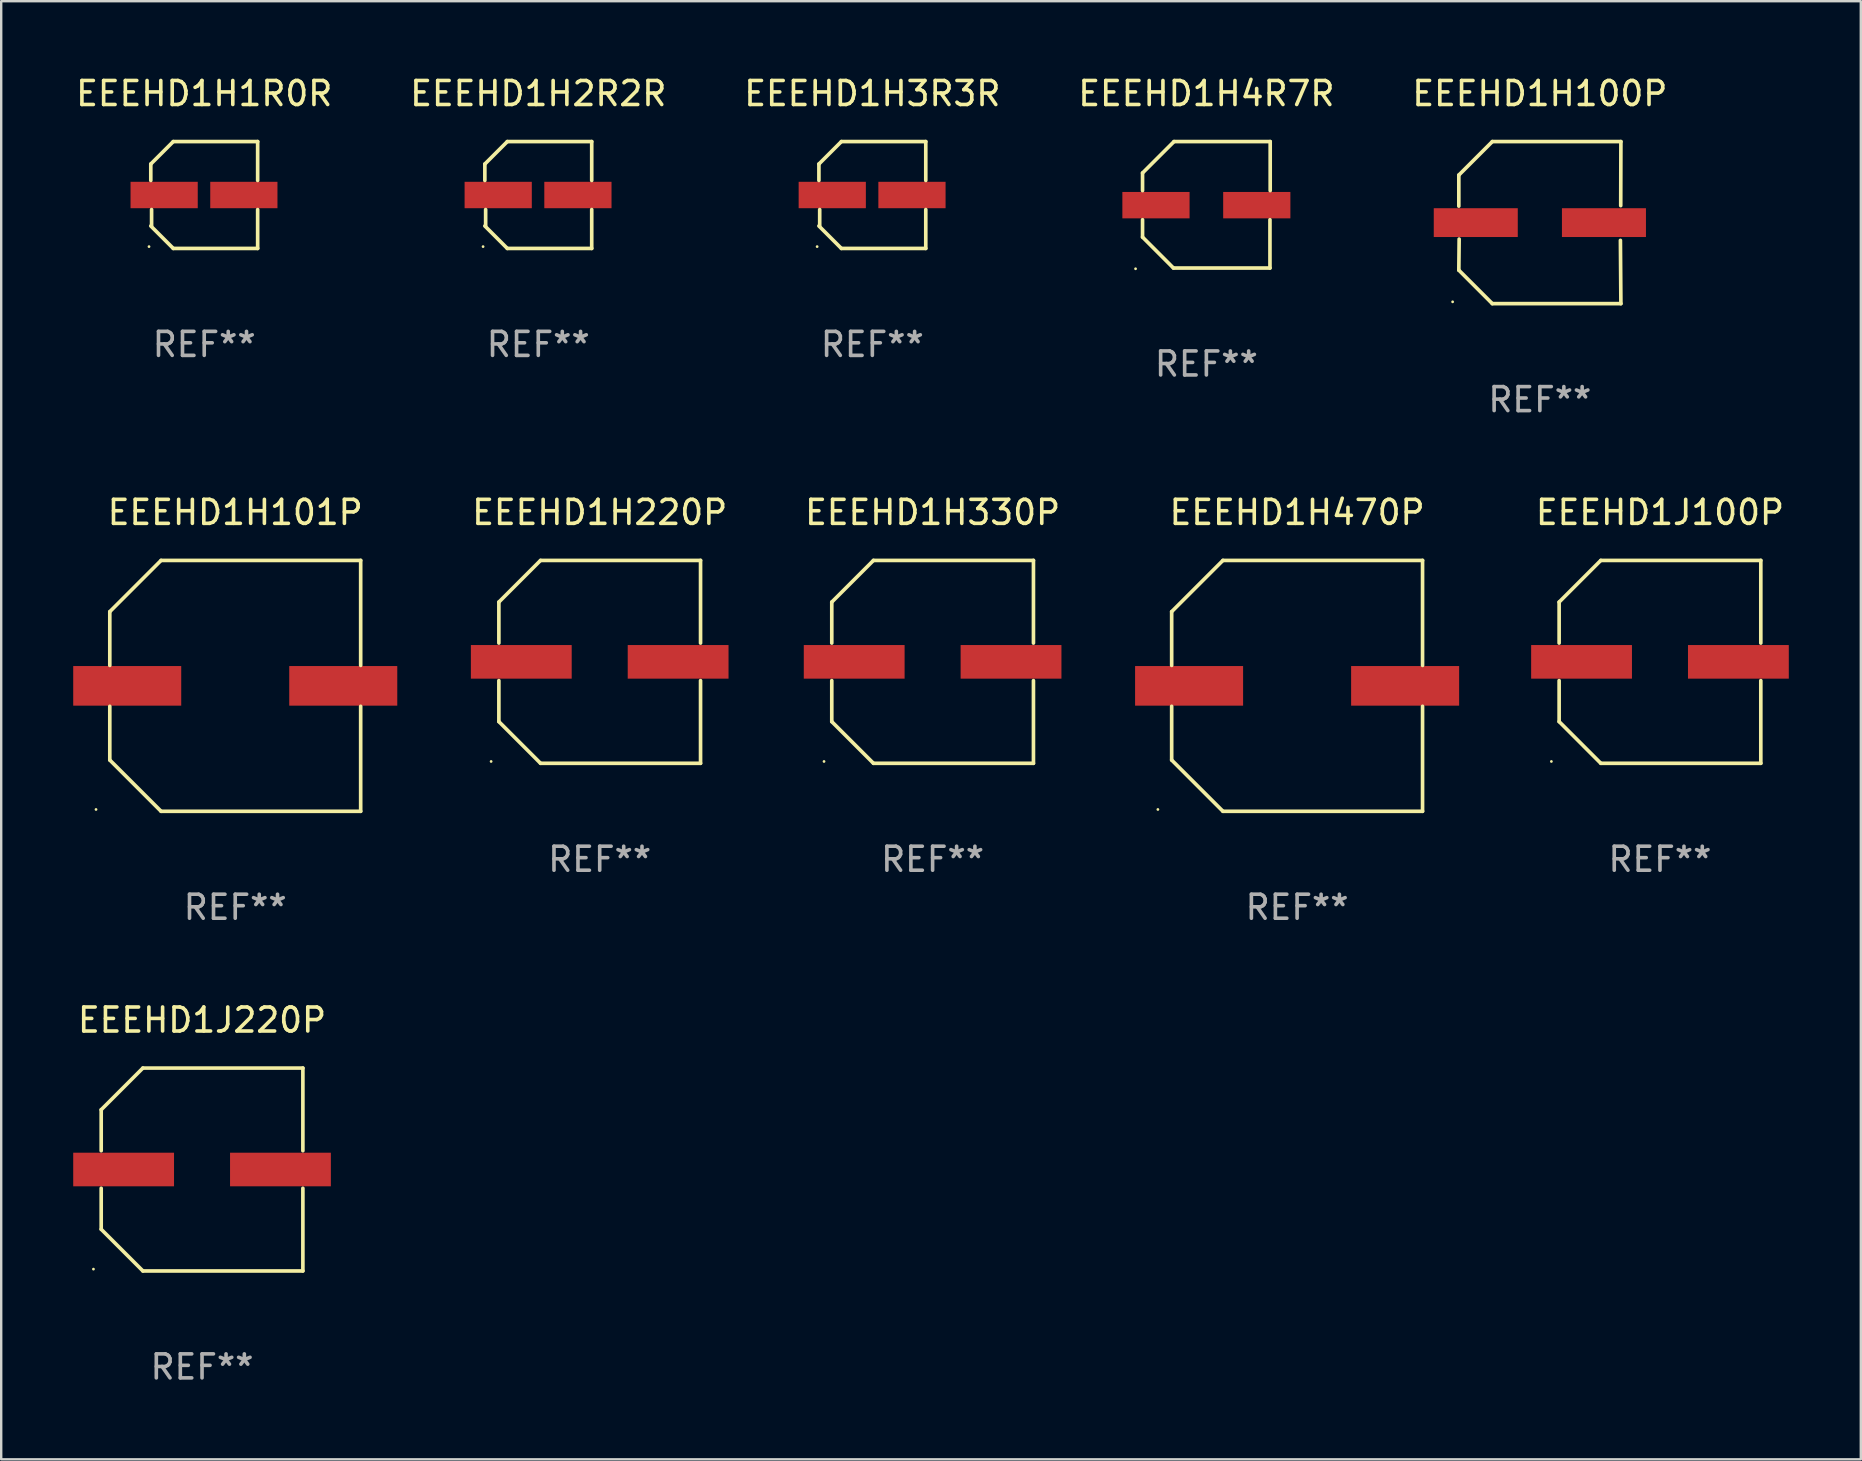
<source format=kicad_pcb>
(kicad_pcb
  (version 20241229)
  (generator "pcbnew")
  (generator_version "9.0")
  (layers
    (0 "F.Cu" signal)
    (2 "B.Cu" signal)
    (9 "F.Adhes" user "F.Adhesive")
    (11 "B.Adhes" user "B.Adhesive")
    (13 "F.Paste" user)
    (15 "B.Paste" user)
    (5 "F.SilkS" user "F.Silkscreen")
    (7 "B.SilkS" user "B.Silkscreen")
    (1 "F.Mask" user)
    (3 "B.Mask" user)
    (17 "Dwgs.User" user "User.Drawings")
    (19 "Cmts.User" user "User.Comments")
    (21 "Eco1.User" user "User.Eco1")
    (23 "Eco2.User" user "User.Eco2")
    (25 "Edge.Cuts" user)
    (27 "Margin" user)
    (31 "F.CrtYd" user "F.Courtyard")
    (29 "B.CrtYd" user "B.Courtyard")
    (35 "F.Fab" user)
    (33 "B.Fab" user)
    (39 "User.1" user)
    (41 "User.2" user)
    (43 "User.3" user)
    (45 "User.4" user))
  (footprint "EEEHD1H220P"
    (layer "F.Cu")
    (at 21.934 24.523)
    (property "Reference" "EEEHD1H220P" (at 0 -6.226 0) (layer "F.SilkS") (effects (font (size 1 1) (thickness 0.15))))
    (attr through_hole)
    (fp_line (start -4.201 -2.49) (end -4.201 -0.782) (stroke (width 0.152) (type solid)) (layer "F.SilkS"))
    (fp_line (start -4.201 2.49) (end -4.201 0.782) (stroke (width 0.152) (type solid)) (layer "F.SilkS"))
    (fp_line (start -2.465 -4.226) (end -4.201 -2.49) (stroke (width 0.152) (type solid)) (layer "F.SilkS"))
    (fp_line (start -2.465 4.226) (end -4.201 2.49) (stroke (width 0.152) (type solid)) (layer "F.SilkS"))
    (fp_line (start 4.201 -4.226) (end -2.465 -4.226) (stroke (width 0.152) (type solid)) (layer "F.SilkS"))
    (fp_line (start 4.201 -0.782) (end 4.201 -4.226) (stroke (width 0.152) (type solid)) (layer "F.SilkS"))
    (fp_line (start 4.201 0.782) (end 4.201 4.226) (stroke (width 0.152) (type solid)) (layer "F.SilkS"))
    (fp_line (start 4.201 4.226) (end -2.465 4.226) (stroke (width 0.152) (type solid)) (layer "F.SilkS"))
    (fp_circle (center -4.524 4.15) (end -4.494 4.15) (stroke (width 0.06) (type solid)) (fill no) (layer "F.SilkS"))
    (fp_text user "REF**" (at 0 8.226 0) (layer "F.Fab") (effects (font (size 1 1) (thickness 0.15))))
    (pad "1" smd rect (at -3.267 0) (size 4.2 1.4) (layers "F.Cu" "F.Mask" "F.Paste"))
    (pad "2" smd rect (at 3.267 0) (size 4.2 1.4) (layers "F.Cu" "F.Mask" "F.Paste")))
  (footprint "EEEHD1H3R3R"
    (layer "F.Cu")
    (at 33.292 5.074)
    (property "Reference" "EEEHD1H3R3R" (at 0 -4.226 0) (layer "F.SilkS") (effects (font (size 1 1) (thickness 0.15))))
    (attr through_hole)
    (fp_line (start -2.226 -1.29) (end -2.226 -0.607) (stroke (width 0.152) (type solid)) (layer "F.SilkS"))
    (fp_line (start -2.193 1.29) (end -2.193 0.607) (stroke (width 0.152) (type solid)) (layer "F.SilkS"))
    (fp_line (start -1.29 2.226) (end -2.226 1.29) (stroke (width 0.152) (type solid)) (layer "F.SilkS"))
    (fp_line (start -1.29 -2.226) (end -2.226 -1.29) (stroke (width 0.152) (type solid)) (layer "F.SilkS"))
    (fp_line (start 2.226 -2.226) (end -1.29 -2.226) (stroke (width 0.152) (type solid)) (layer "F.SilkS"))
    (fp_line (start 2.226 -0.607) (end 2.226 -2.226) (stroke (width 0.152) (type solid)) (layer "F.SilkS"))
    (fp_line (start 2.226 0.607) (end 2.226 2.226) (stroke (width 0.152) (type solid)) (layer "F.SilkS"))
    (fp_line (start 2.226 2.226) (end -1.29 2.226) (stroke (width 0.152) (type solid)) (layer "F.SilkS"))
    (fp_circle (center -2.3 2.15) (end -2.27 2.15) (stroke (width 0.06) (type solid)) (fill no) (layer "F.SilkS"))
    (fp_text user "REF**" (at 0 6.226 0) (layer "F.Fab") (effects (font (size 1 1) (thickness 0.15))))
    (pad "1" smd rect (at -1.67 -0.000025) (size 2.8 1.1) (layers "F.Cu" "F.Mask" "F.Paste"))
    (pad "2" smd rect (at 1.651 -0.000025) (size 2.8 1.1) (layers "F.Cu" "F.Mask" "F.Paste")))
  (footprint "EEEHD1H101P"
    (layer "F.Cu")
    (at 6.75 25.523)
    (property "Reference" "EEEHD1H101P" (at 0 -7.226 0) (layer "F.SilkS") (effects (font (size 1 1) (thickness 0.15))))
    (attr through_hole)
    (fp_line (start -5.226 -3.09) (end -5.226 -0.852) (stroke (width 0.152) (type solid)) (layer "F.SilkS"))
    (fp_line (start -5.226 3.09) (end -5.226 0.852) (stroke (width 0.152) (type solid)) (layer "F.SilkS"))
    (fp_line (start -3.09 -5.226) (end -5.226 -3.09) (stroke (width 0.152) (type solid)) (layer "F.SilkS"))
    (fp_line (start -3.09 5.226) (end -5.226 3.09) (stroke (width 0.152) (type solid)) (layer "F.SilkS"))
    (fp_line (start 5.226 -5.226) (end -3.09 -5.226) (stroke (width 0.152) (type solid)) (layer "F.SilkS"))
    (fp_line (start 5.226 -0.852) (end 5.226 -5.226) (stroke (width 0.152) (type solid)) (layer "F.SilkS"))
    (fp_line (start 5.226 0.852) (end 5.226 5.226) (stroke (width 0.152) (type solid)) (layer "F.SilkS"))
    (fp_line (start 5.226 5.226) (end -3.09 5.226) (stroke (width 0.152) (type solid)) (layer "F.SilkS"))
    (fp_circle (center -5.8 5.15) (end -5.77 5.15) (stroke (width 0.06) (type solid)) (fill no) (layer "F.SilkS"))
    (fp_text user "REF**" (at 0 9.226 0) (layer "F.Fab") (effects (font (size 1 1) (thickness 0.15))))
    (pad "1" smd rect (at -4.5 0) (size 4.5 1.65) (layers "F.Cu" "F.Mask" "F.Paste"))
    (pad "2" smd rect (at 4.5 0) (size 4.5 1.65) (layers "F.Cu" "F.Mask" "F.Paste")))
  (footprint "EEEHD1H330P"
    (layer "F.Cu")
    (at 35.803 24.523)
    (property "Reference" "EEEHD1H330P" (at 0 -6.226 0) (layer "F.SilkS") (effects (font (size 1 1) (thickness 0.15))))
    (attr through_hole)
    (fp_line (start -4.201 -2.49) (end -4.201 -0.782) (stroke (width 0.152) (type solid)) (layer "F.SilkS"))
    (fp_line (start -4.201 2.49) (end -4.201 0.782) (stroke (width 0.152) (type solid)) (layer "F.SilkS"))
    (fp_line (start -2.465 -4.226) (end -4.201 -2.49) (stroke (width 0.152) (type solid)) (layer "F.SilkS"))
    (fp_line (start -2.465 4.226) (end -4.201 2.49) (stroke (width 0.152) (type solid)) (layer "F.SilkS"))
    (fp_line (start 4.201 -4.226) (end -2.465 -4.226) (stroke (width 0.152) (type solid)) (layer "F.SilkS"))
    (fp_line (start 4.201 -0.782) (end 4.201 -4.226) (stroke (width 0.152) (type solid)) (layer "F.SilkS"))
    (fp_line (start 4.201 0.782) (end 4.201 4.226) (stroke (width 0.152) (type solid)) (layer "F.SilkS"))
    (fp_line (start 4.201 4.226) (end -2.465 4.226) (stroke (width 0.152) (type solid)) (layer "F.SilkS"))
    (fp_circle (center -4.524 4.15) (end -4.494 4.15) (stroke (width 0.06) (type solid)) (fill no) (layer "F.SilkS"))
    (fp_text user "REF**" (at 0 8.226 0) (layer "F.Fab") (effects (font (size 1 1) (thickness 0.15))))
    (pad "1" smd rect (at -3.267 0) (size 4.2 1.4) (layers "F.Cu" "F.Mask" "F.Paste"))
    (pad "2" smd rect (at 3.267 0) (size 4.2 1.4) (layers "F.Cu" "F.Mask" "F.Paste")))
  (footprint "EEEHD1H2R2R"
    (layer "F.Cu")
    (at 19.375 5.074)
    (property "Reference" "EEEHD1H2R2R" (at 0 -4.226 0) (layer "F.SilkS") (effects (font (size 1 1) (thickness 0.15))))
    (attr through_hole)
    (fp_line (start -2.226 -1.29) (end -2.226 -0.607) (stroke (width 0.152) (type solid)) (layer "F.SilkS"))
    (fp_line (start -2.193 1.29) (end -2.193 0.607) (stroke (width 0.152) (type solid)) (layer "F.SilkS"))
    (fp_line (start -1.29 2.226) (end -2.226 1.29) (stroke (width 0.152) (type solid)) (layer "F.SilkS"))
    (fp_line (start -1.29 -2.226) (end -2.226 -1.29) (stroke (width 0.152) (type solid)) (layer "F.SilkS"))
    (fp_line (start 2.226 -2.226) (end -1.29 -2.226) (stroke (width 0.152) (type solid)) (layer "F.SilkS"))
    (fp_line (start 2.226 -0.607) (end 2.226 -2.226) (stroke (width 0.152) (type solid)) (layer "F.SilkS"))
    (fp_line (start 2.226 0.607) (end 2.226 2.226) (stroke (width 0.152) (type solid)) (layer "F.SilkS"))
    (fp_line (start 2.226 2.226) (end -1.29 2.226) (stroke (width 0.152) (type solid)) (layer "F.SilkS"))
    (fp_circle (center -2.3 2.15) (end -2.27 2.15) (stroke (width 0.06) (type solid)) (fill no) (layer "F.SilkS"))
    (fp_text user "REF**" (at 0 6.226 0) (layer "F.Fab") (effects (font (size 1 1) (thickness 0.15))))
    (pad "1" smd rect (at -1.67 -0.000025) (size 2.8 1.1) (layers "F.Cu" "F.Mask" "F.Paste"))
    (pad "2" smd rect (at 1.651 -0.000025) (size 2.8 1.1) (layers "F.Cu" "F.Mask" "F.Paste")))
  (footprint "EEEHD1H1R0R"
    (layer "F.Cu")
    (at 5.458 5.074)
    (property "Reference" "EEEHD1H1R0R" (at 0 -4.226 0) (layer "F.SilkS") (effects (font (size 1 1) (thickness 0.15))))
    (attr through_hole)
    (fp_line (start -2.226 -1.29) (end -2.226 -0.607) (stroke (width 0.152) (type solid)) (layer "F.SilkS"))
    (fp_line (start -2.193 1.29) (end -2.193 0.607) (stroke (width 0.152) (type solid)) (layer "F.SilkS"))
    (fp_line (start -1.29 2.226) (end -2.226 1.29) (stroke (width 0.152) (type solid)) (layer "F.SilkS"))
    (fp_line (start -1.29 -2.226) (end -2.226 -1.29) (stroke (width 0.152) (type solid)) (layer "F.SilkS"))
    (fp_line (start 2.226 -2.226) (end -1.29 -2.226) (stroke (width 0.152) (type solid)) (layer "F.SilkS"))
    (fp_line (start 2.226 -0.607) (end 2.226 -2.226) (stroke (width 0.152) (type solid)) (layer "F.SilkS"))
    (fp_line (start 2.226 0.607) (end 2.226 2.226) (stroke (width 0.152) (type solid)) (layer "F.SilkS"))
    (fp_line (start 2.226 2.226) (end -1.29 2.226) (stroke (width 0.152) (type solid)) (layer "F.SilkS"))
    (fp_circle (center -2.3 2.15) (end -2.27 2.15) (stroke (width 0.06) (type solid)) (fill no) (layer "F.SilkS"))
    (fp_text user "REF**" (at 0 6.226 0) (layer "F.Fab") (effects (font (size 1 1) (thickness 0.15))))
    (pad "1" smd rect (at -1.67 -0.000025) (size 2.8 1.1) (layers "F.Cu" "F.Mask" "F.Paste"))
    (pad "2" smd rect (at 1.651 -0.000025) (size 2.8 1.1) (layers "F.Cu" "F.Mask" "F.Paste")))
  (footprint "EEEHD1J100P"
    (layer "F.Cu")
    (at 66.105 24.523)
    (property "Reference" "EEEHD1J100P" (at 0 -6.226 0) (layer "F.SilkS") (effects (font (size 1 1) (thickness 0.15))))
    (attr through_hole)
    (fp_line (start -4.201 -2.49) (end -4.201 -0.782) (stroke (width 0.152) (type solid)) (layer "F.SilkS"))
    (fp_line (start -4.201 2.49) (end -4.201 0.782) (stroke (width 0.152) (type solid)) (layer "F.SilkS"))
    (fp_line (start -2.465 -4.226) (end -4.201 -2.49) (stroke (width 0.152) (type solid)) (layer "F.SilkS"))
    (fp_line (start -2.465 4.226) (end -4.201 2.49) (stroke (width 0.152) (type solid)) (layer "F.SilkS"))
    (fp_line (start 4.201 -4.226) (end -2.465 -4.226) (stroke (width 0.152) (type solid)) (layer "F.SilkS"))
    (fp_line (start 4.201 -0.782) (end 4.201 -4.226) (stroke (width 0.152) (type solid)) (layer "F.SilkS"))
    (fp_line (start 4.201 0.782) (end 4.201 4.226) (stroke (width 0.152) (type solid)) (layer "F.SilkS"))
    (fp_line (start 4.201 4.226) (end -2.465 4.226) (stroke (width 0.152) (type solid)) (layer "F.SilkS"))
    (fp_circle (center -4.524 4.15) (end -4.494 4.15) (stroke (width 0.06) (type solid)) (fill no) (layer "F.SilkS"))
    (fp_text user "REF**" (at 0 8.226 0) (layer "F.Fab") (effects (font (size 1 1) (thickness 0.15))))
    (pad "1" smd rect (at -3.267 0) (size 4.2 1.4) (layers "F.Cu" "F.Mask" "F.Paste"))
    (pad "2" smd rect (at 3.267 0) (size 4.2 1.4) (layers "F.Cu" "F.Mask" "F.Paste")))
  (footprint "EEEHD1J220P"
    (layer "F.Cu")
    (at 5.367 45.672)
    (property "Reference" "EEEHD1J220P" (at 0 -6.226 0) (layer "F.SilkS") (effects (font (size 1 1) (thickness 0.15))))
    (attr through_hole)
    (fp_line (start -4.201 -2.49) (end -4.201 -0.782) (stroke (width 0.152) (type solid)) (layer "F.SilkS"))
    (fp_line (start -4.201 2.49) (end -4.201 0.782) (stroke (width 0.152) (type solid)) (layer "F.SilkS"))
    (fp_line (start -2.465 -4.226) (end -4.201 -2.49) (stroke (width 0.152) (type solid)) (layer "F.SilkS"))
    (fp_line (start -2.465 4.226) (end -4.201 2.49) (stroke (width 0.152) (type solid)) (layer "F.SilkS"))
    (fp_line (start 4.201 -4.226) (end -2.465 -4.226) (stroke (width 0.152) (type solid)) (layer "F.SilkS"))
    (fp_line (start 4.201 -0.782) (end 4.201 -4.226) (stroke (width 0.152) (type solid)) (layer "F.SilkS"))
    (fp_line (start 4.201 0.782) (end 4.201 4.226) (stroke (width 0.152) (type solid)) (layer "F.SilkS"))
    (fp_line (start 4.201 4.226) (end -2.465 4.226) (stroke (width 0.152) (type solid)) (layer "F.SilkS"))
    (fp_circle (center -4.524 4.15) (end -4.494 4.15) (stroke (width 0.06) (type solid)) (fill no) (layer "F.SilkS"))
    (fp_text user "REF**" (at 0 8.226 0) (layer "F.Fab") (effects (font (size 1 1) (thickness 0.15))))
    (pad "1" smd rect (at -3.267 0) (size 4.2 1.4) (layers "F.Cu" "F.Mask" "F.Paste"))
    (pad "2" smd rect (at 3.267 0) (size 4.2 1.4) (layers "F.Cu" "F.Mask" "F.Paste")))
  (footprint "EEEHD1H100P"
    (layer "F.Cu")
    (at 61.101 6.224)
    (property "Reference" "EEEHD1H100P" (at 0 -5.376 0) (layer "F.SilkS") (effects (font (size 1 1) (thickness 0.15))))
    (attr through_hole)
    (fp_line (start -3.376 -1.98) (end -3.376 -0.686) (stroke (width 0.152) (type solid)) (layer "F.SilkS"))
    (fp_line (start -3.376 1.981) (end -3.362 0.686) (stroke (width 0.152) (type solid)) (layer "F.SilkS"))
    (fp_line (start -1.981 3.376) (end -3.376 1.981) (stroke (width 0.152) (type solid)) (layer "F.SilkS"))
    (fp_line (start -1.98 -3.376) (end -3.376 -1.98) (stroke (width 0.152) (type solid)) (layer "F.SilkS"))
    (fp_line (start 3.356 0.74) (end 3.376 3.376) (stroke (width 0.152) (type solid)) (layer "F.SilkS"))
    (fp_line (start 3.369 -0.707) (end 3.376 -3.376) (stroke (width 0.152) (type solid)) (layer "F.SilkS"))
    (fp_line (start 3.376 3.376) (end -1.981 3.376) (stroke (width 0.152) (type solid)) (layer "F.SilkS"))
    (fp_line (start 3.376 -3.376) (end -1.98 -3.376) (stroke (width 0.152) (type solid)) (layer "F.SilkS"))
    (fp_circle (center -3.634 3.3) (end -3.604 3.3) (stroke (width 0.06) (type solid)) (fill no) (layer "F.SilkS"))
    (fp_text user "REF**" (at 0 7.376 0) (layer "F.Fab") (effects (font (size 1 1) (thickness 0.15))))
    (pad "1" smd rect (at -2.67 0.000254) (size 3.5 1.2) (layers "F.Cu" "F.Mask" "F.Paste"))
    (pad "2" smd rect (at 2.67 0.000254) (size 3.5 1.2) (layers "F.Cu" "F.Mask" "F.Paste")))
  (footprint "EEEHD1H470P"
    (layer "F.Cu")
    (at 50.988 25.523)
    (property "Reference" "EEEHD1H470P" (at 0 -7.226 0) (layer "F.SilkS") (effects (font (size 1 1) (thickness 0.15))))
    (attr through_hole)
    (fp_line (start -5.226 -3.09) (end -5.226 -0.852) (stroke (width 0.152) (type solid)) (layer "F.SilkS"))
    (fp_line (start -5.226 3.09) (end -5.226 0.852) (stroke (width 0.152) (type solid)) (layer "F.SilkS"))
    (fp_line (start -3.09 -5.226) (end -5.226 -3.09) (stroke (width 0.152) (type solid)) (layer "F.SilkS"))
    (fp_line (start -3.09 5.226) (end -5.226 3.09) (stroke (width 0.152) (type solid)) (layer "F.SilkS"))
    (fp_line (start 5.226 -5.226) (end -3.09 -5.226) (stroke (width 0.152) (type solid)) (layer "F.SilkS"))
    (fp_line (start 5.226 -0.852) (end 5.226 -5.226) (stroke (width 0.152) (type solid)) (layer "F.SilkS"))
    (fp_line (start 5.226 0.852) (end 5.226 5.226) (stroke (width 0.152) (type solid)) (layer "F.SilkS"))
    (fp_line (start 5.226 5.226) (end -3.09 5.226) (stroke (width 0.152) (type solid)) (layer "F.SilkS"))
    (fp_circle (center -5.8 5.15) (end -5.77 5.15) (stroke (width 0.06) (type solid)) (fill no) (layer "F.SilkS"))
    (fp_text user "REF**" (at 0 9.226 0) (layer "F.Fab") (effects (font (size 1 1) (thickness 0.15))))
    (pad "1" smd rect (at -4.5 0) (size 4.5 1.65) (layers "F.Cu" "F.Mask" "F.Paste"))
    (pad "2" smd rect (at 4.5 0) (size 4.5 1.65) (layers "F.Cu" "F.Mask" "F.Paste")))
  (footprint "EEEHD1H4R7R"
    (layer "F.Cu")
    (at 47.208 5.482)
    (property "Reference" "EEEHD1H4R7R" (at 0 -4.634 0) (layer "F.SilkS") (effects (font (size 1 1) (thickness 0.15))))
    (attr through_hole)
    (fp_line (start -2.659 -1.326) (end -2.659 -0.592) (stroke (width 0.152) (type solid)) (layer "F.SilkS"))
    (fp_line (start -2.659 1.346) (end -2.659 0.622) (stroke (width 0.152) (type solid)) (layer "F.SilkS"))
    (fp_line (start -1.372 2.634) (end -2.659 1.346) (stroke (width 0.152) (type solid)) (layer "F.SilkS"))
    (fp_line (start -1.349 -2.634) (end -2.659 -1.326) (stroke (width 0.152) (type solid)) (layer "F.SilkS"))
    (fp_line (start 2.649 0.622) (end 2.649 2.634) (stroke (width 0.152) (type solid)) (layer "F.SilkS"))
    (fp_line (start 2.649 2.634) (end -1.372 2.634) (stroke (width 0.152) (type solid)) (layer "F.SilkS"))
    (fp_line (start 2.659 -2.634) (end -1.349 -2.634) (stroke (width 0.152) (type solid)) (layer "F.SilkS"))
    (fp_line (start 2.659 -0.592) (end 2.659 -2.634) (stroke (width 0.152) (type solid)) (layer "F.SilkS"))
    (fp_circle (center -2.95 2.665) (end -2.92 2.665) (stroke (width 0.06) (type solid)) (fill no) (layer "F.SilkS"))
    (fp_text user "REF**" (at 0 6.634 0) (layer "F.Fab") (effects (font (size 1 1) (thickness 0.15))))
    (pad "1" smd rect (at -2.1 0.015) (size 2.8 1.1) (layers "F.Cu" "F.Mask" "F.Paste"))
    (pad "2" smd rect (at 2.1 0.015) (size 2.8 1.1) (layers "F.Cu" "F.Mask" "F.Paste")))
  (gr_rect
    (start -3 -3)
    (end 74.472 57.746)
    (stroke (width 0.1) (type default))
    (fill no)
    (layer "Edge.Cuts")))
</source>
